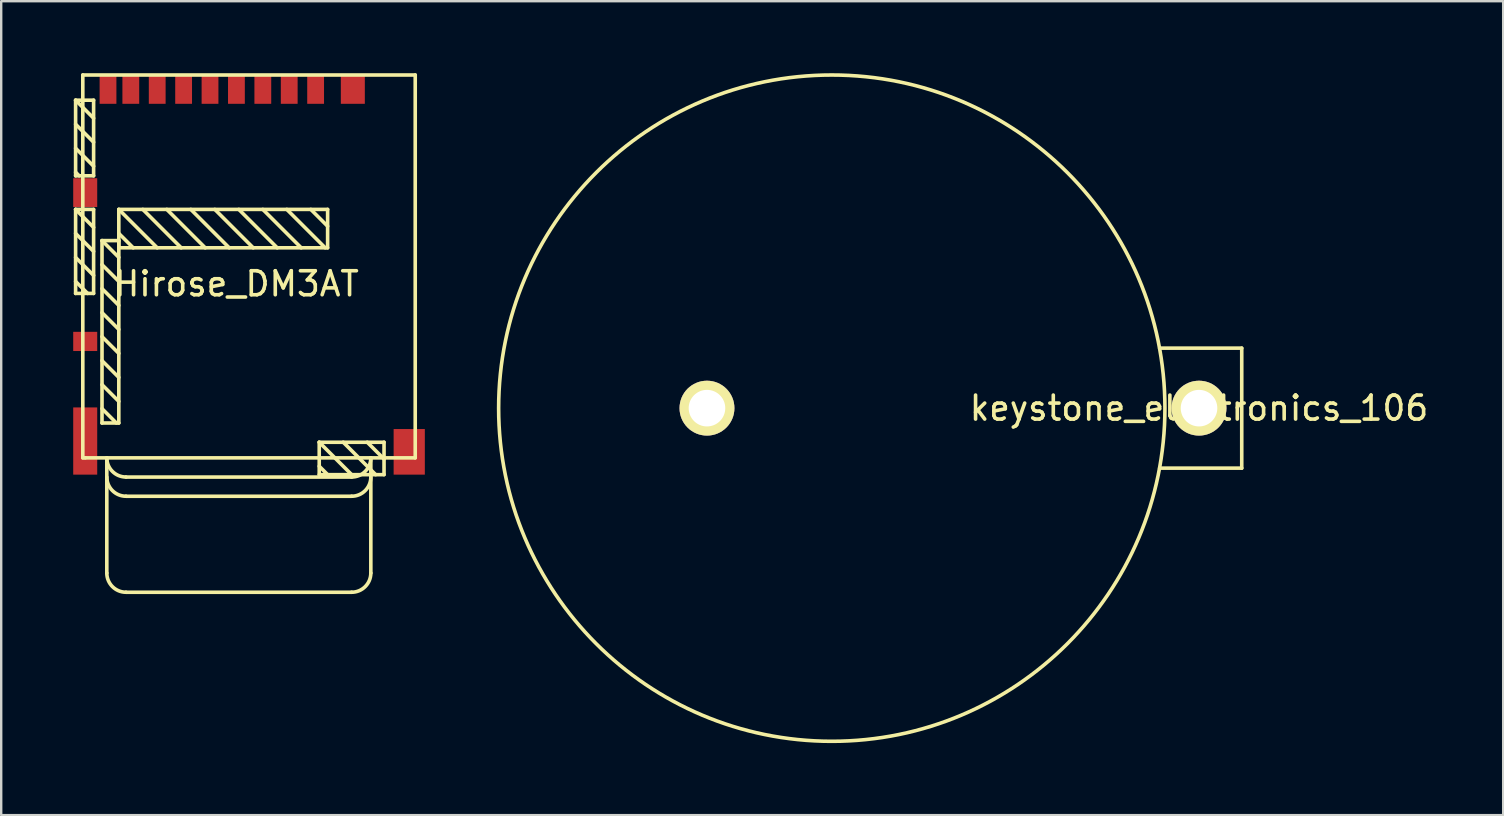
<source format=kicad_pcb>
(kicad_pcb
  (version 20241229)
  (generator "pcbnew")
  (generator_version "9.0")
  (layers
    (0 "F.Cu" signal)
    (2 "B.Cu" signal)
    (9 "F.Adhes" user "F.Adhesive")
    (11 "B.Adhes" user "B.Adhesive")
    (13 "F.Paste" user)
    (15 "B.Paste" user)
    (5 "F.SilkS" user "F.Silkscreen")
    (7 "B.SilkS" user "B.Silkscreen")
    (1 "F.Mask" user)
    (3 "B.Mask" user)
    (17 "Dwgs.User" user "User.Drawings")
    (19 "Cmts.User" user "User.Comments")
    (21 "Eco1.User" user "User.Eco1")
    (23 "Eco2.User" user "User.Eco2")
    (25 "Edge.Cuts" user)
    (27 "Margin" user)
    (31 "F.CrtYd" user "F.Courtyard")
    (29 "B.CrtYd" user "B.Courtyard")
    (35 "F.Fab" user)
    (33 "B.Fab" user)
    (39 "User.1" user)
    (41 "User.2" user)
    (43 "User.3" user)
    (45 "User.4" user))
  (footprint "Hirose_DM3AT"
    (layer "F.Cu")
    (at 6.8 8.775)
    (property "Reference" "Hirose_DM3AT" (at 0 0 0) (layer "F.SilkS") (effects (font (size 1 1) (thickness 0.15))))
    (attr through_hole)
    (fp_line (start -6.7 -7.65) (end -6.7 -4.5) (stroke (width 0.15) (type solid)) (layer "F.SilkS"))
    (fp_line (start -6.7 -7.65) (end -5.95 -7.65) (stroke (width 0.15) (type solid)) (layer "F.SilkS"))
    (fp_line (start -6.7 -7.65) (end -5.95 -6.9) (stroke (width 0.15) (type solid)) (layer "F.SilkS"))
    (fp_line (start -6.7 -6.65) (end -5.95 -5.9) (stroke (width 0.15) (type solid)) (layer "F.SilkS"))
    (fp_line (start -6.7 -5.65) (end -5.95 -4.9) (stroke (width 0.15) (type solid)) (layer "F.SilkS"))
    (fp_line (start -6.7 -4.65) (end -6.55 -4.5) (stroke (width 0.15) (type solid)) (layer "F.SilkS"))
    (fp_line (start -6.7 -4.5) (end -5.95 -4.5) (stroke (width 0.15) (type solid)) (layer "F.SilkS"))
    (fp_line (start -6.7 -3.1) (end -5.95 -3.1) (stroke (width 0.15) (type solid)) (layer "F.SilkS"))
    (fp_line (start -6.7 -3.1) (end -5.95 -2.35) (stroke (width 0.15) (type solid)) (layer "F.SilkS"))
    (fp_line (start -6.7 -2.1) (end -5.95 -1.35) (stroke (width 0.15) (type solid)) (layer "F.SilkS"))
    (fp_line (start -6.7 -1.1) (end -5.95 -0.35) (stroke (width 0.15) (type solid)) (layer "F.SilkS"))
    (fp_line (start -6.7 -0.1) (end -6.2 0.4) (stroke (width 0.15) (type solid)) (layer "F.SilkS"))
    (fp_line (start -6.7 0.4) (end -6.7 -3.1) (stroke (width 0.15) (type solid)) (layer "F.SilkS"))
    (fp_line (start -6.4 -8.7) (end 7.45 -8.7) (stroke (width 0.15) (type solid)) (layer "F.SilkS"))
    (fp_line (start -6.4 7.25) (end -6.4 -8.7) (stroke (width 0.15) (type solid)) (layer "F.SilkS"))
    (fp_line (start -6.3 7.25) (end -6.4 7.25) (stroke (width 0.15) (type solid)) (layer "F.SilkS"))
    (fp_line (start -5.95 -4.5) (end -5.95 -7.65) (stroke (width 0.15) (type solid)) (layer "F.SilkS"))
    (fp_line (start -5.95 -3.1) (end -5.95 0.4) (stroke (width 0.15) (type solid)) (layer "F.SilkS"))
    (fp_line (start -5.95 0.4) (end -6.7 0.4) (stroke (width 0.15) (type solid)) (layer "F.SilkS"))
    (fp_line (start -5.6 -1.8) (end -4.9 -1.8) (stroke (width 0.15) (type solid)) (layer "F.SilkS"))
    (fp_line (start -5.6 -1.8) (end -4.9 -1.1) (stroke (width 0.15) (type solid)) (layer "F.SilkS"))
    (fp_line (start -5.6 -0.8) (end -4.9 -0.1) (stroke (width 0.15) (type solid)) (layer "F.SilkS"))
    (fp_line (start -5.6 0.2) (end -4.9 0.9) (stroke (width 0.15) (type solid)) (layer "F.SilkS"))
    (fp_line (start -5.6 1.2) (end -4.9 1.9) (stroke (width 0.15) (type solid)) (layer "F.SilkS"))
    (fp_line (start -5.6 2.2) (end -4.9 2.9) (stroke (width 0.15) (type solid)) (layer "F.SilkS"))
    (fp_line (start -5.6 3.2) (end -4.9 3.9) (stroke (width 0.15) (type solid)) (layer "F.SilkS"))
    (fp_line (start -5.6 4.2) (end -4.9 4.9) (stroke (width 0.15) (type solid)) (layer "F.SilkS"))
    (fp_line (start -5.6 5.2) (end -5 5.8) (stroke (width 0.15) (type solid)) (layer "F.SilkS"))
    (fp_line (start -5.6 5.8) (end -5.6 -1.8) (stroke (width 0.15) (type solid)) (layer "F.SilkS"))
    (fp_line (start -5.4 12.05) (end -5.4 7.25) (stroke (width 0.15) (type solid)) (layer "F.SilkS"))
    (fp_line (start -4.9 -3.1) (end -3.3 -1.5) (stroke (width 0.15) (type solid)) (layer "F.SilkS"))
    (fp_line (start -4.9 -3.1) (end 3.8 -3.1) (stroke (width 0.15) (type solid)) (layer "F.SilkS"))
    (fp_line (start -4.9 -2.1) (end -4.3 -1.5) (stroke (width 0.15) (type solid)) (layer "F.SilkS"))
    (fp_line (start -4.9 -1.8) (end -4.9 5.8) (stroke (width 0.15) (type solid)) (layer "F.SilkS"))
    (fp_line (start -4.9 -1.5) (end -4.9 -3.1) (stroke (width 0.15) (type solid)) (layer "F.SilkS"))
    (fp_line (start -4.9 5.8) (end -5.6 5.8) (stroke (width 0.15) (type solid)) (layer "F.SilkS"))
    (fp_line (start -4.6 8.05) (end 4.8 8.05) (stroke (width 0.15) (type solid)) (layer "F.SilkS"))
    (fp_line (start -3.9 -3.1) (end -2.3 -1.5) (stroke (width 0.15) (type solid)) (layer "F.SilkS"))
    (fp_line (start -2.9 -3.1) (end -1.3 -1.5) (stroke (width 0.15) (type solid)) (layer "F.SilkS"))
    (fp_line (start -1.9 -3.1) (end -0.3 -1.5) (stroke (width 0.15) (type solid)) (layer "F.SilkS"))
    (fp_line (start -0.9 -3.1) (end 0.7 -1.5) (stroke (width 0.15) (type solid)) (layer "F.SilkS"))
    (fp_line (start 0.1 -3.1) (end 1.7 -1.5) (stroke (width 0.15) (type solid)) (layer "F.SilkS"))
    (fp_line (start 1.1 -3.1) (end 2.7 -1.5) (stroke (width 0.15) (type solid)) (layer "F.SilkS"))
    (fp_line (start 2.1 -3.1) (end 3.7 -1.5) (stroke (width 0.15) (type solid)) (layer "F.SilkS"))
    (fp_line (start 3.1 -3.1) (end 3.8 -2.4) (stroke (width 0.15) (type solid)) (layer "F.SilkS"))
    (fp_line (start 3.45 6.6) (end 3.45 7.95) (stroke (width 0.15) (type solid)) (layer "F.SilkS"))
    (fp_line (start 3.45 6.6) (end 4.8 7.95) (stroke (width 0.15) (type solid)) (layer "F.SilkS"))
    (fp_line (start 3.45 7.6) (end 3.8 7.95) (stroke (width 0.15) (type solid)) (layer "F.SilkS"))
    (fp_line (start 3.45 7.95) (end 6.15 7.95) (stroke (width 0.15) (type solid)) (layer "F.SilkS"))
    (fp_line (start 3.8 -3.1) (end 3.8 -1.5) (stroke (width 0.15) (type solid)) (layer "F.SilkS"))
    (fp_line (start 3.8 -1.5) (end -4.9 -1.5) (stroke (width 0.15) (type solid)) (layer "F.SilkS"))
    (fp_line (start 4.45 6.6) (end 5.8 7.95) (stroke (width 0.15) (type solid)) (layer "F.SilkS"))
    (fp_line (start 4.8 8.85) (end -4.6 8.85) (stroke (width 0.15) (type solid)) (layer "F.SilkS"))
    (fp_line (start 4.8 12.85) (end -4.6 12.85) (stroke (width 0.15) (type solid)) (layer "F.SilkS"))
    (fp_line (start 5.45 6.6) (end 6.15 7.3) (stroke (width 0.15) (type solid)) (layer "F.SilkS"))
    (fp_line (start 5.6 12.05) (end 5.6 7.25) (stroke (width 0.15) (type solid)) (layer "F.SilkS"))
    (fp_line (start 6.15 6.6) (end 3.45 6.6) (stroke (width 0.15) (type solid)) (layer "F.SilkS"))
    (fp_line (start 6.15 7.95) (end 6.15 6.6) (stroke (width 0.15) (type solid)) (layer "F.SilkS"))
    (fp_line (start 7.45 -8.7) (end 7.45 7.25) (stroke (width 0.15) (type solid)) (layer "F.SilkS"))
    (fp_line (start 7.45 7.25) (end -6.3 7.25) (stroke (width 0.15) (type solid)) (layer "F.SilkS"))
    (fp_arc (start -4.6 8.05) (mid -5.165685 7.815685) (end -5.4 7.25) (stroke (width 0.15) (type solid)) (layer "F.SilkS"))
    (fp_arc (start -4.6 8.85) (mid -5.165685 8.615685) (end -5.4 8.05) (stroke (width 0.15) (type solid)) (layer "F.SilkS"))
    (fp_arc (start -4.6 12.85) (mid -5.165685 12.615685) (end -5.4 12.05) (stroke (width 0.15) (type solid)) (layer "F.SilkS"))
    (fp_arc (start 5.6 7.25) (mid 5.365685 7.815685) (end 4.8 8.05) (stroke (width 0.15) (type solid)) (layer "F.SilkS"))
    (fp_arc (start 5.6 8.05) (mid 5.365685 8.615685) (end 4.8 8.85) (stroke (width 0.15) (type solid)) (layer "F.SilkS"))
    (fp_arc (start 5.6 12.05) (mid 5.365685 12.615685) (end 4.8 12.85) (stroke (width 0.15) (type solid)) (layer "F.SilkS"))
    (pad "1" smd rect (at 3.3 -8.1) (size 0.7 1.2) (layers "F.Cu" "F.Mask" "F.Paste"))
    (pad "2" smd rect (at 2.2 -8.1) (size 0.7 1.2) (layers "F.Cu" "F.Mask" "F.Paste"))
    (pad "3" smd rect (at 1.1 -8.1) (size 0.7 1.2) (layers "F.Cu" "F.Mask" "F.Paste"))
    (pad "4" smd rect (at 0 -8.1) (size 0.7 1.2) (layers "F.Cu" "F.Mask" "F.Paste"))
    (pad "5" smd rect (at -1.1 -8.1) (size 0.7 1.2) (layers "F.Cu" "F.Mask" "F.Paste"))
    (pad "6" smd rect (at -2.2 -8.1) (size 0.7 1.2) (layers "F.Cu" "F.Mask" "F.Paste"))
    (pad "7" smd rect (at -3.3 -8.1) (size 0.7 1.2) (layers "F.Cu" "F.Mask" "F.Paste"))
    (pad "8" smd rect (at -4.4 -8.1) (size 0.7 1.2) (layers "F.Cu" "F.Mask" "F.Paste"))
    (pad "A" smd rect (at -6.3 2.4) (size 1 0.8) (layers "F.Cu" "F.Mask" "F.Paste"))
    (pad "B" smd rect (at -5.35 -8.1) (size 0.7 1.2) (layers "F.Cu" "F.Mask" "F.Paste"))
    (pad "S" smd rect (at -6.3 -3.8) (size 1 1.2) (layers "F.Cu" "F.Mask" "F.Paste"))
    (pad "S" smd rect (at -6.3 6.55) (size 1 2.8) (layers "F.Cu" "F.Mask" "F.Paste"))
    (pad "S" smd rect (at 4.85 -8.1) (size 1 1.2) (layers "F.Cu" "F.Mask" "F.Paste"))
    (pad "S" smd rect (at 7.2 7) (size 1.3 1.9) (layers "F.Cu" "F.Mask" "F.Paste")))
  (footprint "keystone_electronics_106"
    (layer "F.Cu")
    (at 46.905 13.955)
    (property "Reference" "keystone_electronics_106" (at 0 0 0) (layer "F.SilkS") (effects (font (size 1 1) (thickness 0.15))))
    (attr through_hole)
    (fp_line (start -1.64 -2.5) (end 1.78 -2.5) (stroke (width 0.15) (type solid)) (layer "F.SilkS"))
    (fp_line (start 1.78 -2.5) (end 1.78 2.5) (stroke (width 0.15) (type solid)) (layer "F.SilkS"))
    (fp_line (start 1.78 2.5) (end -1.64 2.5) (stroke (width 0.15) (type solid)) (layer "F.SilkS"))
    (fp_circle (center -15.3 0) (end -29.18 0) (stroke (width 0.15) (type solid)) (fill no) (layer "F.SilkS"))
    (pad "1" thru_hole circle (at 0 0) (size 2.286 2.286) (drill 1.524) (layers "*.Cu" "*.Mask" "F.SilkS"))
    (pad "2" thru_hole circle (at -20.5 0) (size 2.286 2.286) (drill 1.524) (layers "*.Cu" "*.Mask" "F.SilkS")))
  (gr_rect
    (start -3 -3)
    (end 59.578 30.91)
    (stroke (width 0.1) (type default))
    (fill no)
    (layer "Edge.Cuts")))
</source>
